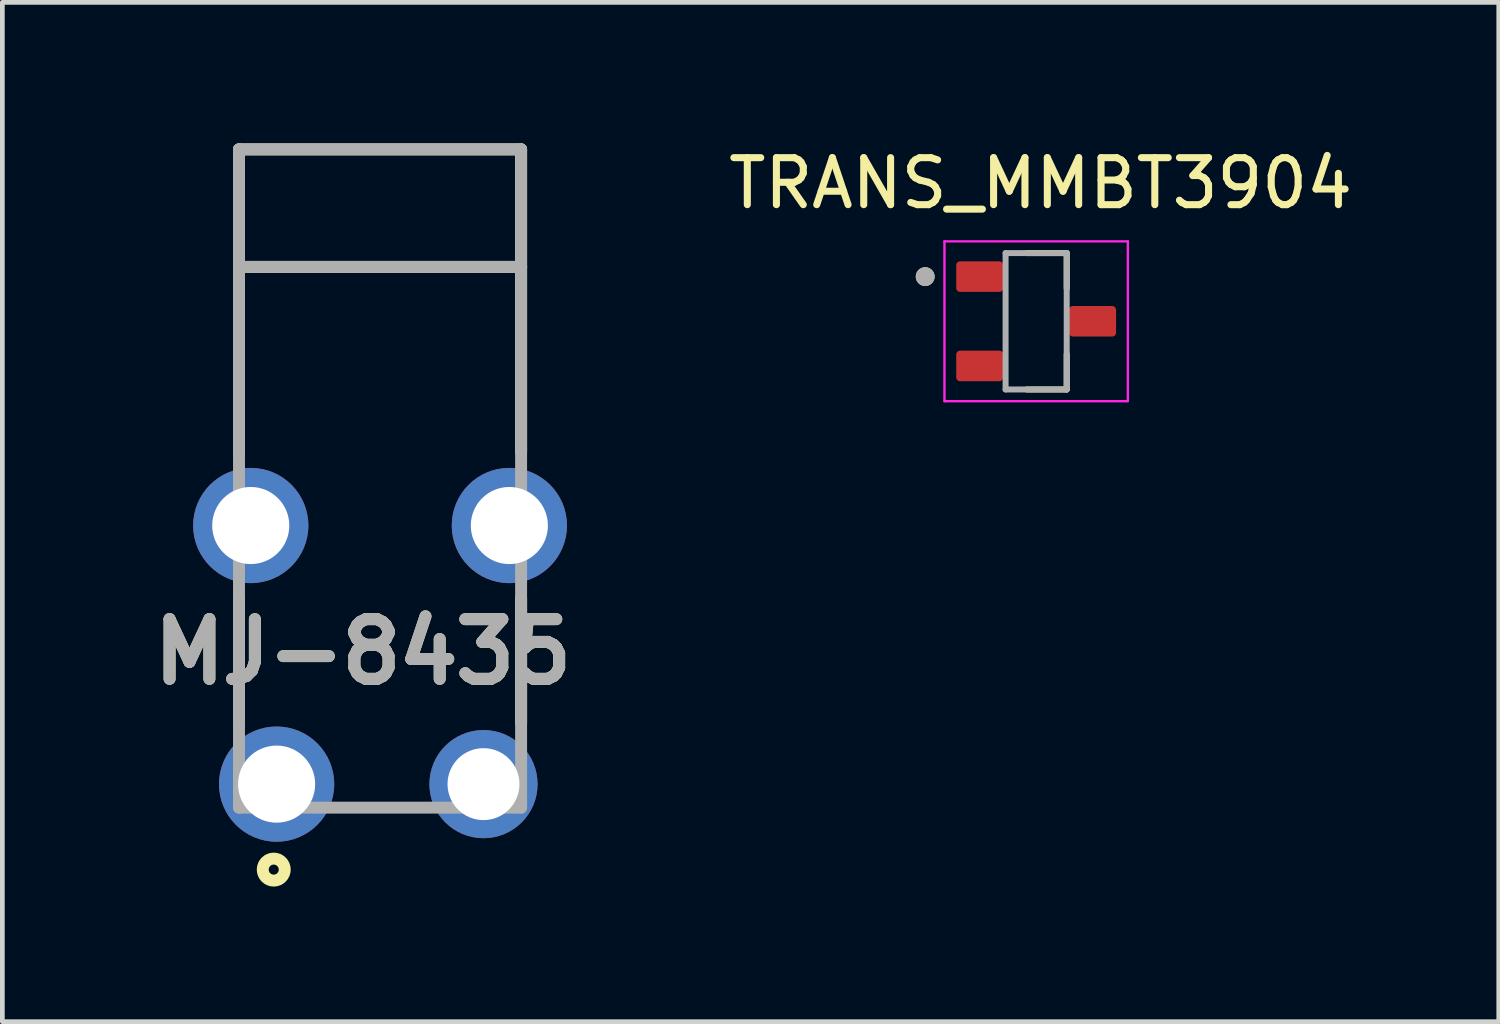
<source format=kicad_pcb>
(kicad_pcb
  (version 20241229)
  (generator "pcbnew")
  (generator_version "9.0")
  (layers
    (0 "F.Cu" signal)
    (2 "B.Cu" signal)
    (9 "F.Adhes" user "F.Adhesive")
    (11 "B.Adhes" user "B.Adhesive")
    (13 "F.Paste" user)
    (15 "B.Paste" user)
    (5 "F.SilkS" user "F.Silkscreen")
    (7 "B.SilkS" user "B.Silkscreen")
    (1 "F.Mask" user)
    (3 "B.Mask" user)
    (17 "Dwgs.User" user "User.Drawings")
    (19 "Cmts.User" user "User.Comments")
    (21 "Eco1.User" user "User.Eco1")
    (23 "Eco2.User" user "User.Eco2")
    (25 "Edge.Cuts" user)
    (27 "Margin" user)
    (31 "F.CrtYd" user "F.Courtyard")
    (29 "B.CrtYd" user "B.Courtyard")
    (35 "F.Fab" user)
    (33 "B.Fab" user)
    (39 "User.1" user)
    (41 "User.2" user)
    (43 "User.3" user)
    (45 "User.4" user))
  (footprint "MJ-8435"
    (layer "F.Cu")
    (at 5.033 2.627)
    (property "Reference" "MJ-8435" (at -0.364 8.187 0) (layer "F.SilkS") (effects (font (size 1.27 1.27) (thickness 0.254))))
    (attr through_hole)
    (fp_line (start -3 -2.5) (end -3 0) (stroke (width 0.254) (type solid)) (layer "F.SilkS"))
    (fp_line (start -3 -2.5) (end 3 -2.5) (stroke (width 0.254) (type solid)) (layer "F.SilkS"))
    (fp_line (start -3 0) (end -3 3.943) (stroke (width 0.254) (type solid)) (layer "F.SilkS"))
    (fp_line (start -3 0) (end 3 0) (stroke (width 0.254) (type solid)) (layer "F.SilkS"))
    (fp_line (start -3 7.053) (end -3 9.7) (stroke (width 0.254) (type solid)) (layer "F.SilkS"))
    (fp_line (start 3 0) (end 3 -2.5) (stroke (width 0.254) (type solid)) (layer "F.SilkS"))
    (fp_line (start 3 0) (end 3 3.943) (stroke (width 0.254) (type solid)) (layer "F.SilkS"))
    (fp_line (start 3 7.053) (end 3 9.7) (stroke (width 0.254) (type solid)) (layer "F.SilkS"))
    (fp_circle (center -2.261 12.818) (end -2.261 12.925) (stroke (width 0.254) (type solid)) (fill no) (layer "F.SilkS"))
    (fp_line (start -3 0) (end -3 -2.5) (stroke (width 0.254) (type solid)) (layer "F.Fab"))
    (fp_line (start -3 0) (end 3 0) (stroke (width 0.254) (type solid)) (layer "F.Fab"))
    (fp_line (start -3 11.5) (end -3 0) (stroke (width 0.254) (type solid)) (layer "F.Fab"))
    (fp_line (start 3 -2.5) (end -3 -2.5) (stroke (width 0.254) (type solid)) (layer "F.Fab"))
    (fp_line (start 3 0) (end 3 -2.5) (stroke (width 0.254) (type solid)) (layer "F.Fab"))
    (fp_line (start 3 0) (end 3 11.5) (stroke (width 0.254) (type solid)) (layer "F.Fab"))
    (fp_line (start 3 11.5) (end -3 11.5) (stroke (width 0.254) (type solid)) (layer "F.Fab"))
    (fp_text user "${REFERENCE}" (at -0.364 8.187 0) (layer "F.Fab") (effects (font (size 1.27 1.27) (thickness 0.254))))
    (pad "1" thru_hole circle (at -2.2 11) (size 2.45 2.45) (drill 1.64) (layers "*.Cu" "*.Mask"))
    (pad "2" thru_hole circle (at -2.75 5.5) (size 2.45 2.45) (drill 1.64) (layers "*.Cu" "*.Mask"))
    (pad "3" thru_hole circle (at 2.75 5.5) (size 2.45 2.45) (drill 1.64) (layers "*.Cu" "*.Mask"))
    (pad "4" thru_hole circle (at 2.2 11) (size 2.3 2.3) (drill 1.53) (layers "*.Cu" "*.Mask")))
  (footprint "TRANS_MMBT3904"
    (layer "F.Cu")
    (at 18.987 3.783)
    (property "Reference" "TRANS_MMBT3904" (at 0.095 -2.935 0) (layer "F.SilkS") (effects (font (size 1 1) (thickness 0.15))))
    (attr smd)
    (fp_line (start 0.65 -1.45) (end -0.2 -1.45) (stroke (width 0.127) (type solid)) (layer "F.SilkS"))
    (fp_line (start 0.65 -0.7) (end 0.65 -1.45) (stroke (width 0.127) (type solid)) (layer "F.SilkS"))
    (fp_line (start 0.65 0.7) (end 0.65 1.45) (stroke (width 0.127) (type solid)) (layer "F.SilkS"))
    (fp_line (start 0.65 1.45) (end -0.2 1.45) (stroke (width 0.127) (type solid)) (layer "F.SilkS"))
    (fp_circle (center -2.36 -0.95) (end -2.26 -0.95) (stroke (width 0.2) (type solid)) (fill no) (layer "F.SilkS"))
    (fp_line (start -1.95 -1.7) (end -1.95 1.7) (stroke (width 0.05) (type solid)) (layer "F.CrtYd"))
    (fp_line (start 1.95 -1.7) (end -1.95 -1.7) (stroke (width 0.05) (type solid)) (layer "F.CrtYd"))
    (fp_line (start 1.95 1.7) (end -1.95 1.7) (stroke (width 0.05) (type solid)) (layer "F.CrtYd"))
    (fp_line (start 1.95 1.7) (end 1.95 -1.7) (stroke (width 0.05) (type solid)) (layer "F.CrtYd"))
    (fp_line (start -0.65 -1.45) (end -0.65 1.45) (stroke (width 0.127) (type solid)) (layer "F.Fab"))
    (fp_line (start -0.65 1.45) (end 0.65 1.45) (stroke (width 0.127) (type solid)) (layer "F.Fab"))
    (fp_line (start 0.65 -1.45) (end -0.65 -1.45) (stroke (width 0.127) (type solid)) (layer "F.Fab"))
    (fp_line (start 0.65 1.45) (end 0.65 -1.45) (stroke (width 0.127) (type solid)) (layer "F.Fab"))
    (fp_circle (center -2.36 -0.95) (end -2.26 -0.95) (stroke (width 0.2) (type solid)) (fill no) (layer "F.Fab"))
    (pad "1" smd roundrect (at -1.2 -0.95) (size 1 0.65) (layers "F.Cu" "F.Mask" "F.Paste") (roundrect_rratio 0.125))
    (pad "2" smd roundrect (at -1.2 0.95) (size 1 0.65) (layers "F.Cu" "F.Mask" "F.Paste") (roundrect_rratio 0.125))
    (pad "3" smd roundrect (at 1.2 0) (size 1 0.65) (layers "F.Cu" "F.Mask" "F.Paste") (roundrect_rratio 0.125)))
  (gr_rect
    (start -3 -3)
    (end 28.826 18.679)
    (stroke (width 0.1) (type default))
    (fill no)
    (layer "Edge.Cuts")))
</source>
